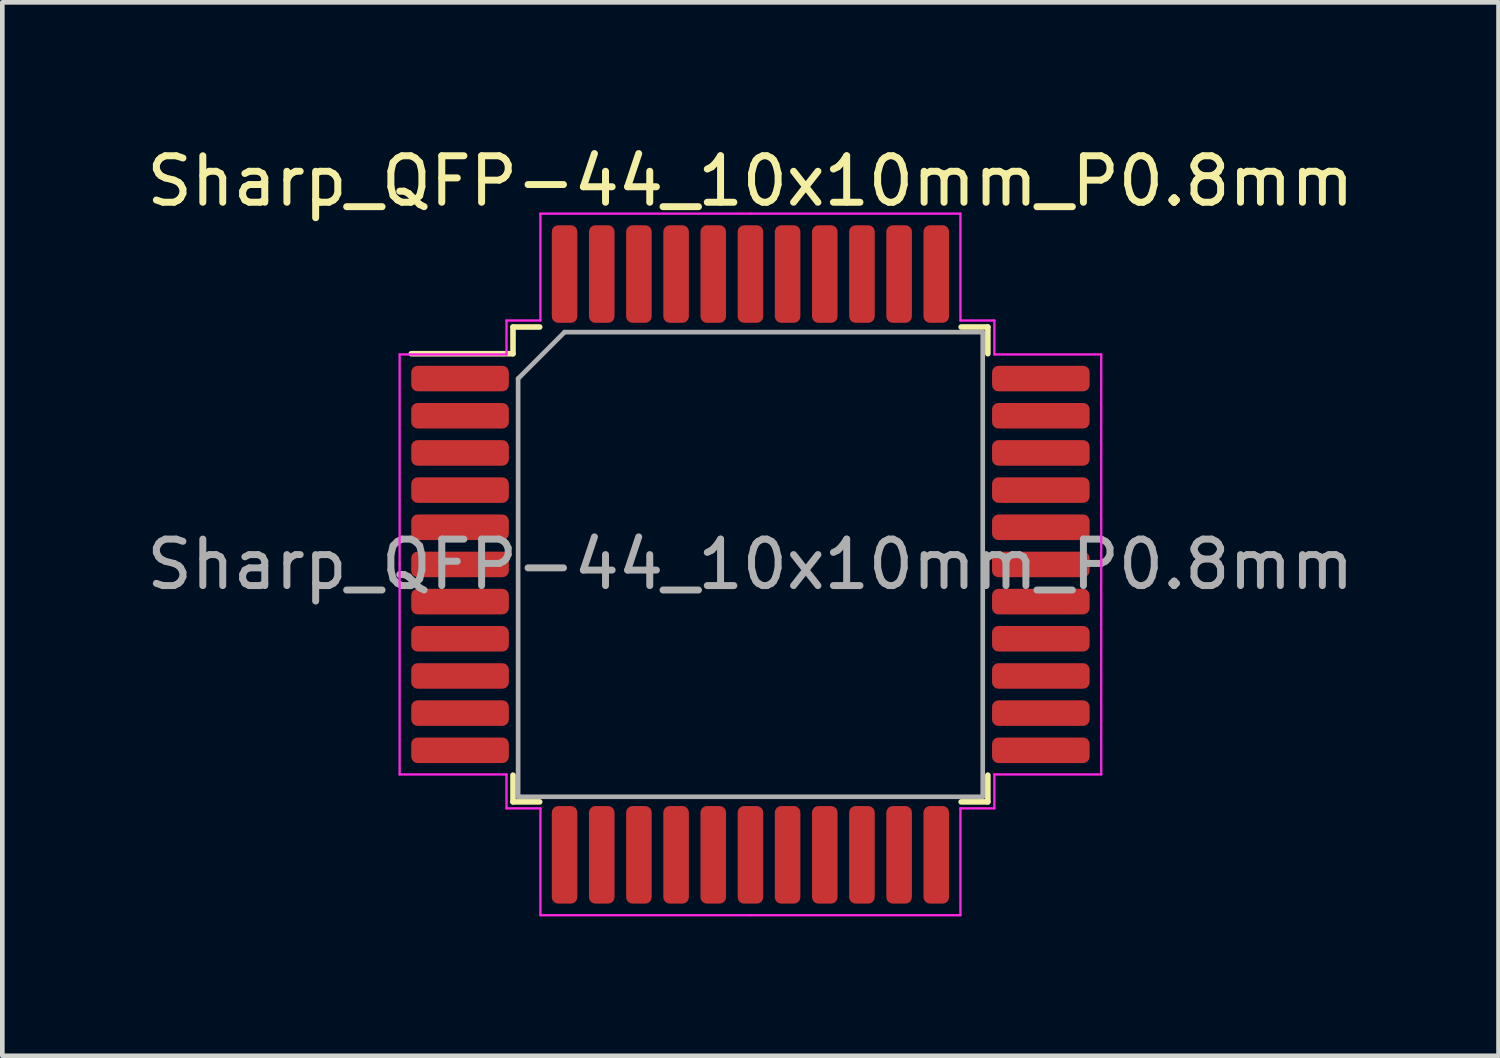
<source format=kicad_pcb>
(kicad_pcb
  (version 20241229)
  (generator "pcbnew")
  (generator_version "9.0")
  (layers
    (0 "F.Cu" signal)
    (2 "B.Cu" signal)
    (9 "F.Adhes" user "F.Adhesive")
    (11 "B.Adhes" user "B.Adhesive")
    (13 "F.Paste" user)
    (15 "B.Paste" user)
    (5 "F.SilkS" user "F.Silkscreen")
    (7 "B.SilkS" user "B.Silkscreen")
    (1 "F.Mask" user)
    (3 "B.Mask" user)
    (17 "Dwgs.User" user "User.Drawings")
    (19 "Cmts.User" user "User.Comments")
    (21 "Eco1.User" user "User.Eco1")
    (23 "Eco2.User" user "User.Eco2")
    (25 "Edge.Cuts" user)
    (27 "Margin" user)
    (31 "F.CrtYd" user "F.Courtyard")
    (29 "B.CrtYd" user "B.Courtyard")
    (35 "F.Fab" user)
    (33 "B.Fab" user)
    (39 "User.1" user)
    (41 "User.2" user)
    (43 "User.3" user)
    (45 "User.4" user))
  (footprint "Sharp_QFP-44_10x10mm_P0.8mm"
    (layer "F.Cu")
    (at 13.101 9.098)
    (property "Reference" "Sharp_QFP-44_10x10mm_P0.8mm" (at 0 -8.25 0) (layer "F.SilkS") (effects (font (size 1 1) (thickness 0.15))))
    (attr smd)
    (fp_line (start -5.11 -5.11) (end -5.11 -4.535) (stroke (width 0.12) (type solid)) (layer "F.SilkS"))
    (fp_line (start -5.11 -4.535) (end -7.3 -4.535) (stroke (width 0.12) (type solid)) (layer "F.SilkS"))
    (fp_line (start -5.11 5.11) (end -5.11 4.535) (stroke (width 0.12) (type solid)) (layer "F.SilkS"))
    (fp_line (start -4.535 -5.11) (end -5.11 -5.11) (stroke (width 0.12) (type solid)) (layer "F.SilkS"))
    (fp_line (start -4.535 5.11) (end -5.11 5.11) (stroke (width 0.12) (type solid)) (layer "F.SilkS"))
    (fp_line (start 4.535 -5.11) (end 5.11 -5.11) (stroke (width 0.12) (type solid)) (layer "F.SilkS"))
    (fp_line (start 4.535 5.11) (end 5.11 5.11) (stroke (width 0.12) (type solid)) (layer "F.SilkS"))
    (fp_line (start 5.11 -5.11) (end 5.11 -4.535) (stroke (width 0.12) (type solid)) (layer "F.SilkS"))
    (fp_line (start 5.11 5.11) (end 5.11 4.535) (stroke (width 0.12) (type solid)) (layer "F.SilkS"))
    (fp_line (start -7.55 -4.52) (end -7.55 0) (stroke (width 0.05) (type solid)) (layer "F.CrtYd"))
    (fp_line (start -7.55 4.52) (end -7.55 0) (stroke (width 0.05) (type solid)) (layer "F.CrtYd"))
    (fp_line (start -5.25 -5.25) (end -5.25 -4.52) (stroke (width 0.05) (type solid)) (layer "F.CrtYd"))
    (fp_line (start -5.25 -4.52) (end -7.55 -4.52) (stroke (width 0.05) (type solid)) (layer "F.CrtYd"))
    (fp_line (start -5.25 4.52) (end -7.55 4.52) (stroke (width 0.05) (type solid)) (layer "F.CrtYd"))
    (fp_line (start -5.25 5.25) (end -5.25 4.52) (stroke (width 0.05) (type solid)) (layer "F.CrtYd"))
    (fp_line (start -4.52 -7.55) (end -4.52 -5.25) (stroke (width 0.05) (type solid)) (layer "F.CrtYd"))
    (fp_line (start -4.52 -5.25) (end -5.25 -5.25) (stroke (width 0.05) (type solid)) (layer "F.CrtYd"))
    (fp_line (start -4.52 5.25) (end -5.25 5.25) (stroke (width 0.05) (type solid)) (layer "F.CrtYd"))
    (fp_line (start -4.52 7.55) (end -4.52 5.25) (stroke (width 0.05) (type solid)) (layer "F.CrtYd"))
    (fp_line (start 0 -7.55) (end -4.52 -7.55) (stroke (width 0.05) (type solid)) (layer "F.CrtYd"))
    (fp_line (start 0 -7.55) (end 4.52 -7.55) (stroke (width 0.05) (type solid)) (layer "F.CrtYd"))
    (fp_line (start 0 7.55) (end -4.52 7.55) (stroke (width 0.05) (type solid)) (layer "F.CrtYd"))
    (fp_line (start 0 7.55) (end 4.52 7.55) (stroke (width 0.05) (type solid)) (layer "F.CrtYd"))
    (fp_line (start 4.52 -7.55) (end 4.52 -5.25) (stroke (width 0.05) (type solid)) (layer "F.CrtYd"))
    (fp_line (start 4.52 -5.25) (end 5.25 -5.25) (stroke (width 0.05) (type solid)) (layer "F.CrtYd"))
    (fp_line (start 4.52 5.25) (end 5.25 5.25) (stroke (width 0.05) (type solid)) (layer "F.CrtYd"))
    (fp_line (start 4.52 7.55) (end 4.52 5.25) (stroke (width 0.05) (type solid)) (layer "F.CrtYd"))
    (fp_line (start 5.25 -5.25) (end 5.25 -4.52) (stroke (width 0.05) (type solid)) (layer "F.CrtYd"))
    (fp_line (start 5.25 -4.52) (end 7.55 -4.52) (stroke (width 0.05) (type solid)) (layer "F.CrtYd"))
    (fp_line (start 5.25 4.52) (end 7.55 4.52) (stroke (width 0.05) (type solid)) (layer "F.CrtYd"))
    (fp_line (start 5.25 5.25) (end 5.25 4.52) (stroke (width 0.05) (type solid)) (layer "F.CrtYd"))
    (fp_line (start 7.55 -4.52) (end 7.55 0) (stroke (width 0.05) (type solid)) (layer "F.CrtYd"))
    (fp_line (start 7.55 4.52) (end 7.55 0) (stroke (width 0.05) (type solid)) (layer "F.CrtYd"))
    (fp_line (start -5 -4) (end -4 -5) (stroke (width 0.1) (type solid)) (layer "F.Fab"))
    (fp_line (start -5 5) (end -5 -4) (stroke (width 0.1) (type solid)) (layer "F.Fab"))
    (fp_line (start -4 -5) (end 5 -5) (stroke (width 0.1) (type solid)) (layer "F.Fab"))
    (fp_line (start 5 -5) (end 5 5) (stroke (width 0.1) (type solid)) (layer "F.Fab"))
    (fp_line (start 5 5) (end -5 5) (stroke (width 0.1) (type solid)) (layer "F.Fab"))
    (fp_text user "${REFERENCE}" (at 0 0 0) (layer "F.Fab") (effects (font (size 1 1) (thickness 0.15))))
    (pad "1" smd roundrect (at -6.25 -4) (size 2.1 0.55) (layers "F.Cu" "F.Mask" "F.Paste") (roundrect_rratio 0.25))
    (pad "2" smd roundrect (at -6.25 -3.2) (size 2.1 0.55) (layers "F.Cu" "F.Mask" "F.Paste") (roundrect_rratio 0.25))
    (pad "3" smd roundrect (at -6.25 -2.4) (size 2.1 0.55) (layers "F.Cu" "F.Mask" "F.Paste") (roundrect_rratio 0.25))
    (pad "4" smd roundrect (at -6.25 -1.6) (size 2.1 0.55) (layers "F.Cu" "F.Mask" "F.Paste") (roundrect_rratio 0.25))
    (pad "5" smd roundrect (at -6.25 -0.8) (size 2.1 0.55) (layers "F.Cu" "F.Mask" "F.Paste") (roundrect_rratio 0.25))
    (pad "6" smd roundrect (at -6.25 0) (size 2.1 0.55) (layers "F.Cu" "F.Mask" "F.Paste") (roundrect_rratio 0.25))
    (pad "7" smd roundrect (at -6.25 0.8) (size 2.1 0.55) (layers "F.Cu" "F.Mask" "F.Paste") (roundrect_rratio 0.25))
    (pad "8" smd roundrect (at -6.25 1.6) (size 2.1 0.55) (layers "F.Cu" "F.Mask" "F.Paste") (roundrect_rratio 0.25))
    (pad "9" smd roundrect (at -6.25 2.4) (size 2.1 0.55) (layers "F.Cu" "F.Mask" "F.Paste") (roundrect_rratio 0.25))
    (pad "10" smd roundrect (at -6.25 3.2) (size 2.1 0.55) (layers "F.Cu" "F.Mask" "F.Paste") (roundrect_rratio 0.25))
    (pad "11" smd roundrect (at -6.25 4) (size 2.1 0.55) (layers "F.Cu" "F.Mask" "F.Paste") (roundrect_rratio 0.25))
    (pad "12" smd roundrect (at -4 6.25) (size 0.55 2.1) (layers "F.Cu" "F.Mask" "F.Paste") (roundrect_rratio 0.25))
    (pad "13" smd roundrect (at -3.2 6.25) (size 0.55 2.1) (layers "F.Cu" "F.Mask" "F.Paste") (roundrect_rratio 0.25))
    (pad "14" smd roundrect (at -2.4 6.25) (size 0.55 2.1) (layers "F.Cu" "F.Mask" "F.Paste") (roundrect_rratio 0.25))
    (pad "15" smd roundrect (at -1.6 6.25) (size 0.55 2.1) (layers "F.Cu" "F.Mask" "F.Paste") (roundrect_rratio 0.25))
    (pad "16" smd roundrect (at -0.8 6.25) (size 0.55 2.1) (layers "F.Cu" "F.Mask" "F.Paste") (roundrect_rratio 0.25))
    (pad "17" smd roundrect (at 0 6.25) (size 0.55 2.1) (layers "F.Cu" "F.Mask" "F.Paste") (roundrect_rratio 0.25))
    (pad "18" smd roundrect (at 0.8 6.25) (size 0.55 2.1) (layers "F.Cu" "F.Mask" "F.Paste") (roundrect_rratio 0.25))
    (pad "19" smd roundrect (at 1.6 6.25) (size 0.55 2.1) (layers "F.Cu" "F.Mask" "F.Paste") (roundrect_rratio 0.25))
    (pad "20" smd roundrect (at 2.4 6.25) (size 0.55 2.1) (layers "F.Cu" "F.Mask" "F.Paste") (roundrect_rratio 0.25))
    (pad "21" smd roundrect (at 3.2 6.25) (size 0.55 2.1) (layers "F.Cu" "F.Mask" "F.Paste") (roundrect_rratio 0.25))
    (pad "22" smd roundrect (at 4 6.25) (size 0.55 2.1) (layers "F.Cu" "F.Mask" "F.Paste") (roundrect_rratio 0.25))
    (pad "23" smd roundrect (at 6.25 4) (size 2.1 0.55) (layers "F.Cu" "F.Mask" "F.Paste") (roundrect_rratio 0.25))
    (pad "24" smd roundrect (at 6.25 3.2) (size 2.1 0.55) (layers "F.Cu" "F.Mask" "F.Paste") (roundrect_rratio 0.25))
    (pad "25" smd roundrect (at 6.25 2.4) (size 2.1 0.55) (layers "F.Cu" "F.Mask" "F.Paste") (roundrect_rratio 0.25))
    (pad "26" smd roundrect (at 6.25 1.6) (size 2.1 0.55) (layers "F.Cu" "F.Mask" "F.Paste") (roundrect_rratio 0.25))
    (pad "27" smd roundrect (at 6.25 0.8) (size 2.1 0.55) (layers "F.Cu" "F.Mask" "F.Paste") (roundrect_rratio 0.25))
    (pad "28" smd roundrect (at 6.25 0) (size 2.1 0.55) (layers "F.Cu" "F.Mask" "F.Paste") (roundrect_rratio 0.25))
    (pad "29" smd roundrect (at 6.25 -0.8) (size 2.1 0.55) (layers "F.Cu" "F.Mask" "F.Paste") (roundrect_rratio 0.25))
    (pad "30" smd roundrect (at 6.25 -1.6) (size 2.1 0.55) (layers "F.Cu" "F.Mask" "F.Paste") (roundrect_rratio 0.25))
    (pad "31" smd roundrect (at 6.25 -2.4) (size 2.1 0.55) (layers "F.Cu" "F.Mask" "F.Paste") (roundrect_rratio 0.25))
    (pad "32" smd roundrect (at 6.25 -3.2) (size 2.1 0.55) (layers "F.Cu" "F.Mask" "F.Paste") (roundrect_rratio 0.25))
    (pad "33" smd roundrect (at 6.25 -4) (size 2.1 0.55) (layers "F.Cu" "F.Mask" "F.Paste") (roundrect_rratio 0.25))
    (pad "34" smd roundrect (at 4 -6.25) (size 0.55 2.1) (layers "F.Cu" "F.Mask" "F.Paste") (roundrect_rratio 0.25))
    (pad "35" smd roundrect (at 3.2 -6.25) (size 0.55 2.1) (layers "F.Cu" "F.Mask" "F.Paste") (roundrect_rratio 0.25))
    (pad "36" smd roundrect (at 2.4 -6.25) (size 0.55 2.1) (layers "F.Cu" "F.Mask" "F.Paste") (roundrect_rratio 0.25))
    (pad "37" smd roundrect (at 1.6 -6.25) (size 0.55 2.1) (layers "F.Cu" "F.Mask" "F.Paste") (roundrect_rratio 0.25))
    (pad "38" smd roundrect (at 0.8 -6.25) (size 0.55 2.1) (layers "F.Cu" "F.Mask" "F.Paste") (roundrect_rratio 0.25))
    (pad "39" smd roundrect (at 0 -6.25) (size 0.55 2.1) (layers "F.Cu" "F.Mask" "F.Paste") (roundrect_rratio 0.25))
    (pad "40" smd roundrect (at -0.8 -6.25) (size 0.55 2.1) (layers "F.Cu" "F.Mask" "F.Paste") (roundrect_rratio 0.25))
    (pad "41" smd roundrect (at -1.6 -6.25) (size 0.55 2.1) (layers "F.Cu" "F.Mask" "F.Paste") (roundrect_rratio 0.25))
    (pad "42" smd roundrect (at -2.4 -6.25) (size 0.55 2.1) (layers "F.Cu" "F.Mask" "F.Paste") (roundrect_rratio 0.25))
    (pad "43" smd roundrect (at -3.2 -6.25) (size 0.55 2.1) (layers "F.Cu" "F.Mask" "F.Paste") (roundrect_rratio 0.25))
    (pad "44" smd roundrect (at -4 -6.25) (size 0.55 2.1) (layers "F.Cu" "F.Mask" "F.Paste") (roundrect_rratio 0.25)))
  (gr_rect
    (start -3 -3)
    (end 29.202 19.673)
    (stroke (width 0.1) (type default))
    (fill no)
    (layer "Edge.Cuts")))
</source>
